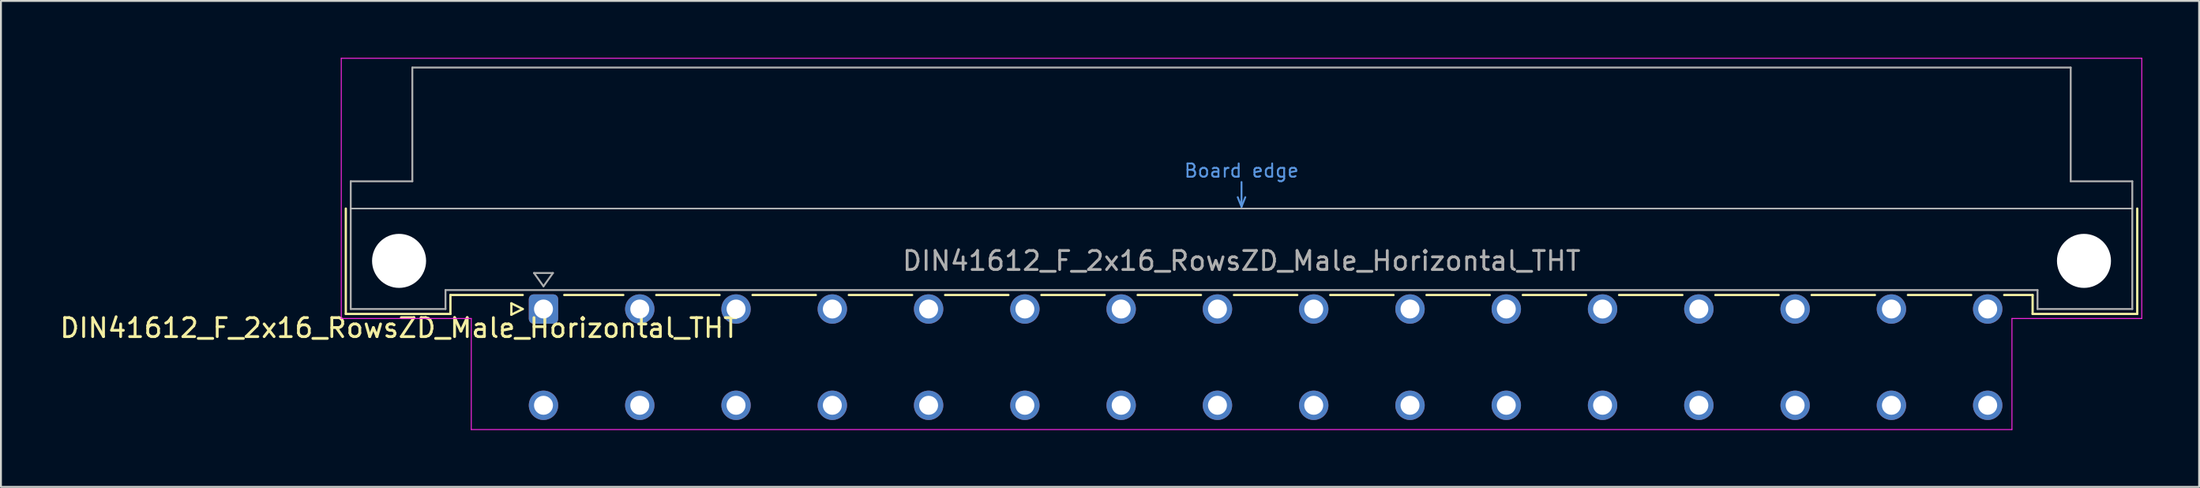
<source format=kicad_pcb>
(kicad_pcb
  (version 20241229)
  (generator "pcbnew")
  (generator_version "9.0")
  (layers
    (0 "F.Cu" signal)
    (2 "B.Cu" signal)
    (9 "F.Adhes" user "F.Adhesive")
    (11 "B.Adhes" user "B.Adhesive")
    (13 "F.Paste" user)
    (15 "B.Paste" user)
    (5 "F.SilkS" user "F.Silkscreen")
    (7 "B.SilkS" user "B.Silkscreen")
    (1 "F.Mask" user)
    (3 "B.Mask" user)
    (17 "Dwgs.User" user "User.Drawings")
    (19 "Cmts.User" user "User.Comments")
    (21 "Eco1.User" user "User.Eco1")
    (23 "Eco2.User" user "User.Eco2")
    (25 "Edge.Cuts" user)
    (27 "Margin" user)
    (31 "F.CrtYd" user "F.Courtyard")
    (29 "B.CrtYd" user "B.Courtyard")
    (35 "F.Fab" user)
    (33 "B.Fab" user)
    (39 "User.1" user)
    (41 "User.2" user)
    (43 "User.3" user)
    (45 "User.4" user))
  (footprint "DIN41612_F_2x16_RowsZD_Male_Horizontal_THT"
    (layer "F.Cu")
    (at 23.086 13.255)
    (property "Reference" "DIN41612_F_2x16_RowsZD_Male_Horizontal_THT" (at -5.08 1 0) (layer "F.SilkS") (effects (font (size 1 1) (thickness 0.15))))
    (attr through_hole)
    (fp_line (start -7.89 -5.3) (end -7.89 0.26) (stroke (width 0.12) (type solid)) (layer "F.SilkS"))
    (fp_line (start -7.89 0.26) (end -2.37 0.26) (stroke (width 0.12) (type solid)) (layer "F.SilkS"))
    (fp_line (start -2.371 -0.74) (end 1.445 -0.74) (stroke (width 0.12) (type solid)) (layer "F.SilkS"))
    (fp_line (start -2.37 0.26) (end -2.37 -0.74) (stroke (width 0.12) (type solid)) (layer "F.SilkS"))
    (fp_line (start 0.845 -0.3) (end 0.845 0.3) (stroke (width 0.12) (type solid)) (layer "F.SilkS"))
    (fp_line (start 0.845 0.3) (end 1.445 0) (stroke (width 0.12) (type solid)) (layer "F.SilkS"))
    (fp_line (start 1.445 0) (end 0.845 -0.3) (stroke (width 0.12) (type solid)) (layer "F.SilkS"))
    (fp_line (start 3.635 -0.74) (end 6.751 -0.74) (stroke (width 0.12) (type solid)) (layer "F.SilkS"))
    (fp_line (start 8.49 -0.74) (end 11.831 -0.74) (stroke (width 0.12) (type solid)) (layer "F.SilkS"))
    (fp_line (start 13.57 -0.74) (end 16.911 -0.74) (stroke (width 0.12) (type solid)) (layer "F.SilkS"))
    (fp_line (start 18.65 -0.74) (end 21.991 -0.74) (stroke (width 0.12) (type solid)) (layer "F.SilkS"))
    (fp_line (start 23.73 -0.74) (end 27.071 -0.74) (stroke (width 0.12) (type solid)) (layer "F.SilkS"))
    (fp_line (start 28.81 -0.74) (end 32.151 -0.74) (stroke (width 0.12) (type solid)) (layer "F.SilkS"))
    (fp_line (start 33.89 -0.74) (end 37.231 -0.74) (stroke (width 0.12) (type solid)) (layer "F.SilkS"))
    (fp_line (start 38.97 -0.74) (end 42.311 -0.74) (stroke (width 0.12) (type solid)) (layer "F.SilkS"))
    (fp_line (start 44.05 -0.74) (end 47.391 -0.74) (stroke (width 0.12) (type solid)) (layer "F.SilkS"))
    (fp_line (start 49.13 -0.74) (end 52.471 -0.74) (stroke (width 0.12) (type solid)) (layer "F.SilkS"))
    (fp_line (start 54.21 -0.74) (end 57.551 -0.74) (stroke (width 0.12) (type solid)) (layer "F.SilkS"))
    (fp_line (start 59.29 -0.74) (end 62.631 -0.74) (stroke (width 0.12) (type solid)) (layer "F.SilkS"))
    (fp_line (start 64.37 -0.74) (end 67.711 -0.74) (stroke (width 0.12) (type solid)) (layer "F.SilkS"))
    (fp_line (start 69.45 -0.74) (end 72.791 -0.74) (stroke (width 0.12) (type solid)) (layer "F.SilkS"))
    (fp_line (start 74.53 -0.74) (end 77.871 -0.74) (stroke (width 0.12) (type solid)) (layer "F.SilkS"))
    (fp_line (start 79.61 -0.74) (end 81.11 -0.74) (stroke (width 0.12) (type solid)) (layer "F.SilkS"))
    (fp_line (start 81.11 0.26) (end 81.11 -0.74) (stroke (width 0.12) (type solid)) (layer "F.SilkS"))
    (fp_line (start 86.63 -5.3) (end 86.63 0.26) (stroke (width 0.12) (type solid)) (layer "F.SilkS"))
    (fp_line (start 86.63 0.26) (end 81.11 0.26) (stroke (width 0.12) (type solid)) (layer "F.SilkS"))
    (fp_line (start -7.63 -5.3) (end 86.37 -5.3) (stroke (width 0.08) (type solid)) (layer "Dwgs.User"))
    (fp_line (start 39.17 -5.9) (end 39.37 -5.4) (stroke (width 0.1) (type solid)) (layer "Cmts.User"))
    (fp_line (start 39.37 -5.4) (end 39.37 -6.7) (stroke (width 0.1) (type solid)) (layer "Cmts.User"))
    (fp_line (start 39.37 -5.4) (end 39.57 -5.9) (stroke (width 0.1) (type solid)) (layer "Cmts.User"))
    (fp_line (start -8.13 -13.23) (end -8.13 0.5) (stroke (width 0.05) (type solid)) (layer "F.CrtYd"))
    (fp_line (start -8.13 0.5) (end -1.27 0.5) (stroke (width 0.05) (type solid)) (layer "F.CrtYd"))
    (fp_line (start -1.27 0.5) (end -1.27 6.36) (stroke (width 0.05) (type solid)) (layer "F.CrtYd"))
    (fp_line (start -1.27 6.36) (end 80.02 6.36) (stroke (width 0.05) (type solid)) (layer "F.CrtYd"))
    (fp_line (start 80.02 0.5) (end 86.87 0.5) (stroke (width 0.05) (type solid)) (layer "F.CrtYd"))
    (fp_line (start 80.02 6.36) (end 80.02 0.5) (stroke (width 0.05) (type solid)) (layer "F.CrtYd"))
    (fp_line (start 86.87 -13.23) (end -8.13 -13.23) (stroke (width 0.05) (type solid)) (layer "F.CrtYd"))
    (fp_line (start 86.87 0.5) (end 86.87 -13.23) (stroke (width 0.05) (type solid)) (layer "F.CrtYd"))
    (fp_line (start -7.63 -6.74) (end -7.63 0) (stroke (width 0.1) (type solid)) (layer "F.Fab"))
    (fp_line (start -7.63 0) (end -2.63 0) (stroke (width 0.1) (type solid)) (layer "F.Fab"))
    (fp_line (start -4.38 -12.74) (end -4.38 -6.74) (stroke (width 0.1) (type solid)) (layer "F.Fab"))
    (fp_line (start -4.38 -6.74) (end -7.63 -6.74) (stroke (width 0.1) (type solid)) (layer "F.Fab"))
    (fp_line (start -2.63 -1) (end 81.37 -1) (stroke (width 0.1) (type solid)) (layer "F.Fab"))
    (fp_line (start -2.63 0) (end -2.63 -1) (stroke (width 0.1) (type solid)) (layer "F.Fab"))
    (fp_line (start 2.04 -1.9) (end 3.04 -1.9) (stroke (width 0.1) (type solid)) (layer "F.Fab"))
    (fp_line (start 2.54 -1.2) (end 2.04 -1.9) (stroke (width 0.1) (type solid)) (layer "F.Fab"))
    (fp_line (start 3.04 -1.9) (end 2.54 -1.2) (stroke (width 0.1) (type solid)) (layer "F.Fab"))
    (fp_line (start 81.37 -1) (end 81.37 0) (stroke (width 0.1) (type solid)) (layer "F.Fab"))
    (fp_line (start 81.37 0) (end 86.37 0) (stroke (width 0.1) (type solid)) (layer "F.Fab"))
    (fp_line (start 83.12 -12.74) (end -4.38 -12.74) (stroke (width 0.1) (type solid)) (layer "F.Fab"))
    (fp_line (start 83.12 -6.74) (end 83.12 -12.74) (stroke (width 0.1) (type solid)) (layer "F.Fab"))
    (fp_line (start 86.37 -6.74) (end 83.12 -6.74) (stroke (width 0.1) (type solid)) (layer "F.Fab"))
    (fp_line (start 86.37 0) (end 86.37 -6.74) (stroke (width 0.1) (type solid)) (layer "F.Fab"))
    (fp_text user "Board edge" (at 39.37 -7.3 0) (layer "Cmts.User") (effects (font (size 0.7 0.7) (thickness 0.1))))
    (fp_text user "${REFERENCE}" (at 39.37 -2.54 0) (layer "F.Fab") (effects (font (size 1 1) (thickness 0.15))))
    (pad "" np_thru_hole circle (at -5.08 -2.54) (size 2.85 2.85) (drill 2.85) (layers "*.Cu" "*.Mask"))
    (pad "" np_thru_hole circle (at 83.82 -2.54) (size 2.85 2.85) (drill 2.85) (layers "*.Cu" "*.Mask"))
    (pad "d2" thru_hole circle (at 2.54 5.08) (size 1.55 1.55) (drill 1) (layers "*.Cu" "*.Mask"))
    (pad "d4" thru_hole circle (at 7.62 5.08) (size 1.55 1.55) (drill 1) (layers "*.Cu" "*.Mask"))
    (pad "d6" thru_hole circle (at 12.7 5.08) (size 1.55 1.55) (drill 1) (layers "*.Cu" "*.Mask"))
    (pad "d8" thru_hole circle (at 17.78 5.08) (size 1.55 1.55) (drill 1) (layers "*.Cu" "*.Mask"))
    (pad "d10" thru_hole circle (at 22.86 5.08) (size 1.55 1.55) (drill 1) (layers "*.Cu" "*.Mask"))
    (pad "d12" thru_hole circle (at 27.94 5.08) (size 1.55 1.55) (drill 1) (layers "*.Cu" "*.Mask"))
    (pad "d14" thru_hole circle (at 33.02 5.08) (size 1.55 1.55) (drill 1) (layers "*.Cu" "*.Mask"))
    (pad "d16" thru_hole circle (at 38.1 5.08) (size 1.55 1.55) (drill 1) (layers "*.Cu" "*.Mask"))
    (pad "d18" thru_hole circle (at 43.18 5.08) (size 1.55 1.55) (drill 1) (layers "*.Cu" "*.Mask"))
    (pad "d20" thru_hole circle (at 48.26 5.08) (size 1.55 1.55) (drill 1) (layers "*.Cu" "*.Mask"))
    (pad "d22" thru_hole circle (at 53.34 5.08) (size 1.55 1.55) (drill 1) (layers "*.Cu" "*.Mask"))
    (pad "d24" thru_hole circle (at 58.42 5.08) (size 1.55 1.55) (drill 1) (layers "*.Cu" "*.Mask"))
    (pad "d26" thru_hole circle (at 63.5 5.08) (size 1.55 1.55) (drill 1) (layers "*.Cu" "*.Mask"))
    (pad "d28" thru_hole circle (at 68.58 5.08) (size 1.55 1.55) (drill 1) (layers "*.Cu" "*.Mask"))
    (pad "d30" thru_hole circle (at 73.66 5.08) (size 1.55 1.55) (drill 1) (layers "*.Cu" "*.Mask"))
    (pad "d32" thru_hole circle (at 78.74 5.08) (size 1.55 1.55) (drill 1) (layers "*.Cu" "*.Mask"))
    (pad "z2" thru_hole roundrect (at 2.54 0) (size 1.55 1.55) (drill 1) (layers "*.Cu" "*.Mask") (roundrect_rratio 0.161))
    (pad "z4" thru_hole circle (at 7.62 0) (size 1.55 1.55) (drill 1) (layers "*.Cu" "*.Mask"))
    (pad "z6" thru_hole circle (at 12.7 0) (size 1.55 1.55) (drill 1) (layers "*.Cu" "*.Mask"))
    (pad "z8" thru_hole circle (at 17.78 0) (size 1.55 1.55) (drill 1) (layers "*.Cu" "*.Mask"))
    (pad "z10" thru_hole circle (at 22.86 0) (size 1.55 1.55) (drill 1) (layers "*.Cu" "*.Mask"))
    (pad "z12" thru_hole circle (at 27.94 0) (size 1.55 1.55) (drill 1) (layers "*.Cu" "*.Mask"))
    (pad "z14" thru_hole circle (at 33.02 0) (size 1.55 1.55) (drill 1) (layers "*.Cu" "*.Mask"))
    (pad "z16" thru_hole circle (at 38.1 0) (size 1.55 1.55) (drill 1) (layers "*.Cu" "*.Mask"))
    (pad "z18" thru_hole circle (at 43.18 0) (size 1.55 1.55) (drill 1) (layers "*.Cu" "*.Mask"))
    (pad "z20" thru_hole circle (at 48.26 0) (size 1.55 1.55) (drill 1) (layers "*.Cu" "*.Mask"))
    (pad "z22" thru_hole circle (at 53.34 0) (size 1.55 1.55) (drill 1) (layers "*.Cu" "*.Mask"))
    (pad "z24" thru_hole circle (at 58.42 0) (size 1.55 1.55) (drill 1) (layers "*.Cu" "*.Mask"))
    (pad "z26" thru_hole circle (at 63.5 0) (size 1.55 1.55) (drill 1) (layers "*.Cu" "*.Mask"))
    (pad "z28" thru_hole circle (at 68.58 0) (size 1.55 1.55) (drill 1) (layers "*.Cu" "*.Mask"))
    (pad "z30" thru_hole circle (at 73.66 0) (size 1.55 1.55) (drill 1) (layers "*.Cu" "*.Mask"))
    (pad "z32" thru_hole circle (at 78.74 0) (size 1.55 1.55) (drill 1) (layers "*.Cu" "*.Mask")))
  (gr_rect
    (start -3 -3)
    (end 112.981 22.64)
    (stroke (width 0.1) (type default))
    (fill no)
    (layer "Edge.Cuts")))
</source>
